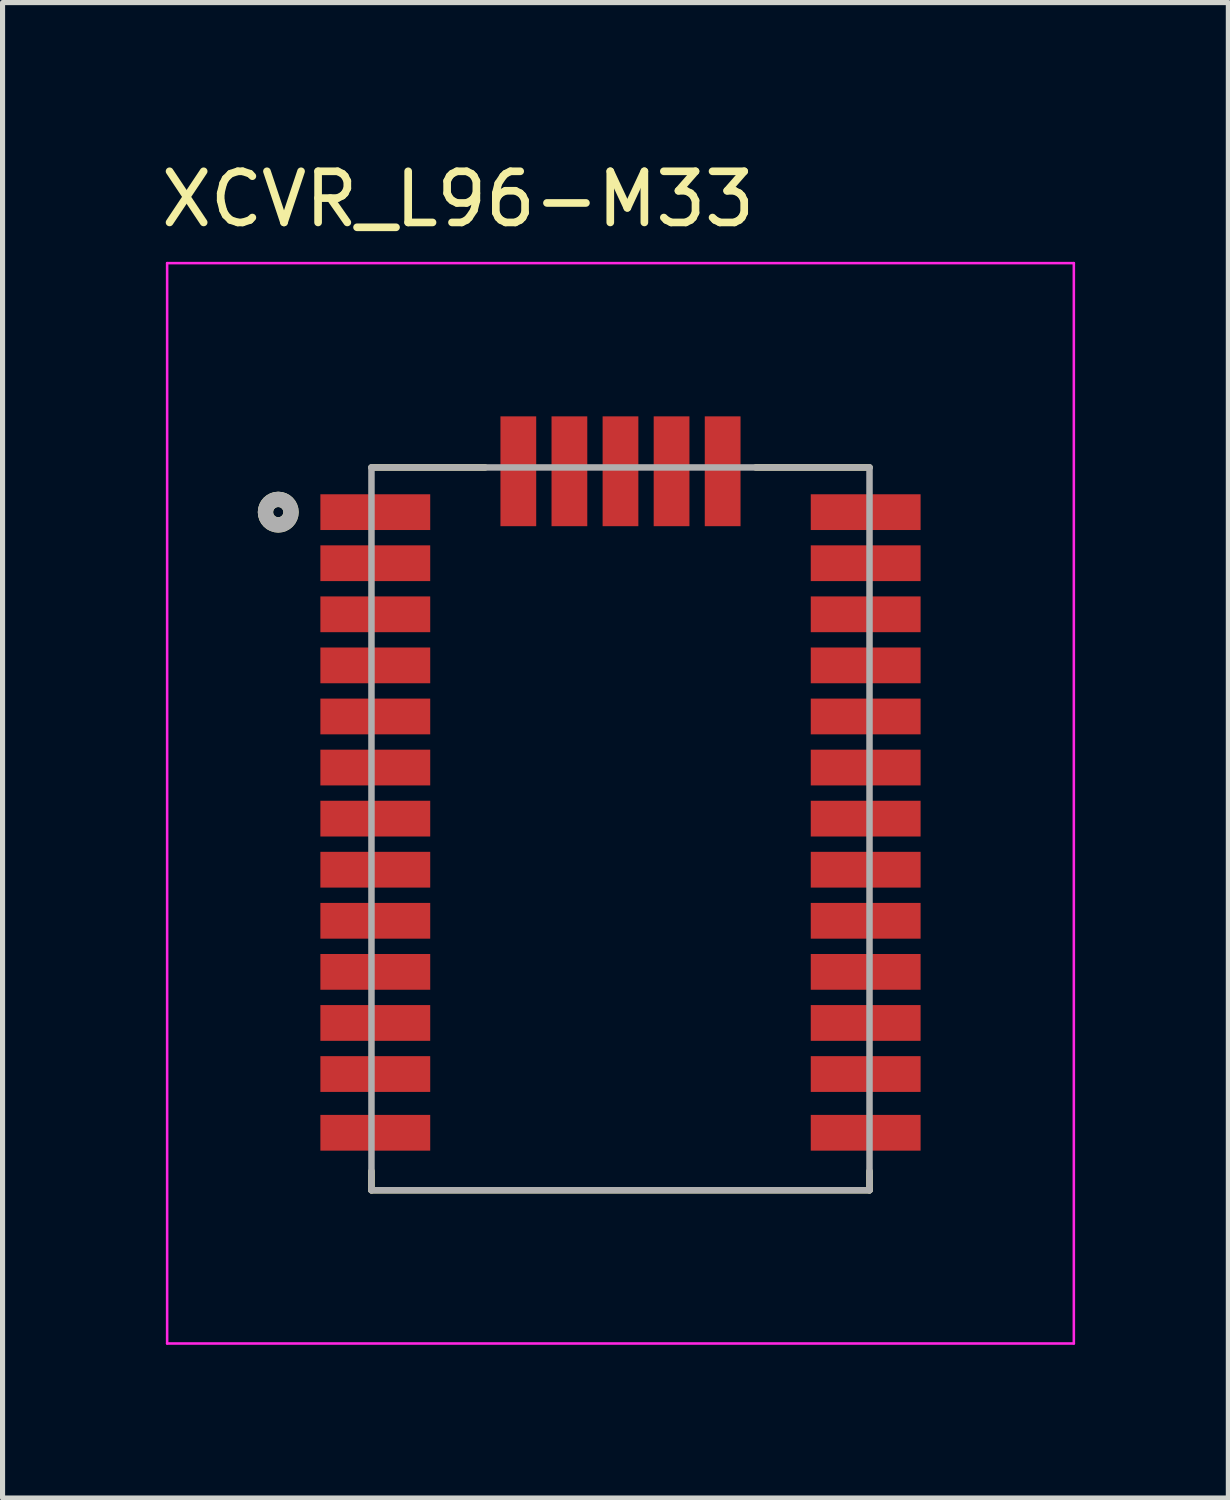
<source format=kicad_pcb>
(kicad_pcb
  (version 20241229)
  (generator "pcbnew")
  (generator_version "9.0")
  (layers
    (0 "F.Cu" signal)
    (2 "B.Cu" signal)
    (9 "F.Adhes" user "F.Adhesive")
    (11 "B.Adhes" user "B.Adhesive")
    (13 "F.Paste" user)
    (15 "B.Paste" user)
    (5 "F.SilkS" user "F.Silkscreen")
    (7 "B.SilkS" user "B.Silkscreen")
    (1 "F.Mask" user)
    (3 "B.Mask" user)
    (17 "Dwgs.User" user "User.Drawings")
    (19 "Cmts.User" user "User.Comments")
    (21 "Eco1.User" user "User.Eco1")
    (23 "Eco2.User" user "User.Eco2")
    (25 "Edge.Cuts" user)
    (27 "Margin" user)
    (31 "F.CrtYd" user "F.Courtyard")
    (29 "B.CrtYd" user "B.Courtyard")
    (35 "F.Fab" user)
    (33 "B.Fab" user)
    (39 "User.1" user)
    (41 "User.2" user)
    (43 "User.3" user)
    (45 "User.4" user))
  (footprint "XCVR_L96-M33"
    (layer "F.Cu")
    (at 9.097 13.176)
    (property "Reference" "XCVR_L96-M33" (at -3.179 -12.327 0) (layer "F.SilkS") (effects (font (size 1.001 1.001) (thickness 0.15))))
    (attr through_hole)
    (fp_line (start -4.875 -7.075) (end -2.65 -7.075) (stroke (width 0.127) (type solid)) (layer "F.SilkS"))
    (fp_line (start -4.875 6.7) (end -4.875 7.075) (stroke (width 0.127) (type solid)) (layer "F.SilkS"))
    (fp_line (start -4.875 7.075) (end 4.875 7.075) (stroke (width 0.127) (type solid)) (layer "F.SilkS"))
    (fp_line (start 2.65 -7.075) (end 4.875 -7.075) (stroke (width 0.127) (type solid)) (layer "F.SilkS"))
    (fp_line (start 4.875 7.075) (end 4.875 6.7) (stroke (width 0.127) (type solid)) (layer "F.SilkS"))
    (fp_circle (center -6.7 -6.2) (end -6.6 -6.2) (stroke (width 0.3) (type solid)) (fill no) (layer "F.SilkS"))
    (fp_poly (pts (xy -6.275 -6.55) (xy -3.825 -6.55) (xy -3.825 -5.85) (xy -6.275 -5.85)) (stroke (width 0.01) (type solid)) (fill yes) (layer "F.Paste"))
    (fp_poly (pts (xy -6.275 -5.55) (xy -3.825 -5.55) (xy -3.825 -4.85) (xy -6.275 -4.85)) (stroke (width 0.01) (type solid)) (fill yes) (layer "F.Paste"))
    (fp_poly (pts (xy -6.275 -4.55) (xy -3.825 -4.55) (xy -3.825 -3.85) (xy -6.275 -3.85)) (stroke (width 0.01) (type solid)) (fill yes) (layer "F.Paste"))
    (fp_poly (pts (xy -6.275 -3.55) (xy -3.825 -3.55) (xy -3.825 -2.85) (xy -6.275 -2.85)) (stroke (width 0.01) (type solid)) (fill yes) (layer "F.Paste"))
    (fp_poly (pts (xy -6.275 -2.55) (xy -3.825 -2.55) (xy -3.825 -1.85) (xy -6.275 -1.85)) (stroke (width 0.01) (type solid)) (fill yes) (layer "F.Paste"))
    (fp_poly (pts (xy -6.275 -1.55) (xy -3.825 -1.55) (xy -3.825 -0.85) (xy -6.275 -0.85)) (stroke (width 0.01) (type solid)) (fill yes) (layer "F.Paste"))
    (fp_poly (pts (xy -6.275 -0.55) (xy -3.825 -0.55) (xy -3.825 0.15) (xy -6.275 0.15)) (stroke (width 0.01) (type solid)) (fill yes) (layer "F.Paste"))
    (fp_poly (pts (xy -6.275 0.45) (xy -3.825 0.45) (xy -3.825 1.15) (xy -6.275 1.15)) (stroke (width 0.01) (type solid)) (fill yes) (layer "F.Paste"))
    (fp_poly (pts (xy -6.275 1.45) (xy -3.825 1.45) (xy -3.825 2.15) (xy -6.275 2.15)) (stroke (width 0.01) (type solid)) (fill yes) (layer "F.Paste"))
    (fp_poly (pts (xy -6.275 2.45) (xy -3.825 2.45) (xy -3.825 3.15) (xy -6.275 3.15)) (stroke (width 0.01) (type solid)) (fill yes) (layer "F.Paste"))
    (fp_poly (pts (xy -6.275 3.45) (xy -3.825 3.45) (xy -3.825 4.15) (xy -6.275 4.15)) (stroke (width 0.01) (type solid)) (fill yes) (layer "F.Paste"))
    (fp_poly (pts (xy -6.275 4.45) (xy -3.825 4.45) (xy -3.825 5.15) (xy -6.275 5.15)) (stroke (width 0.01) (type solid)) (fill yes) (layer "F.Paste"))
    (fp_poly (pts (xy -6.275 5.6) (xy -3.825 5.6) (xy -3.825 6.3) (xy -6.275 6.3)) (stroke (width 0.01) (type solid)) (fill yes) (layer "F.Paste"))
    (fp_poly (pts (xy -2.35 -8.475) (xy -1.65 -8.475) (xy -1.65 -6.025) (xy -2.35 -6.025)) (stroke (width 0.01) (type solid)) (fill yes) (layer "F.Paste"))
    (fp_poly (pts (xy -1.35 -8.475) (xy -0.65 -8.475) (xy -0.65 -6.025) (xy -1.35 -6.025)) (stroke (width 0.01) (type solid)) (fill yes) (layer "F.Paste"))
    (fp_poly (pts (xy -0.35 -8.475) (xy 0.35 -8.475) (xy 0.35 -6.025) (xy -0.35 -6.025)) (stroke (width 0.01) (type solid)) (fill yes) (layer "F.Paste"))
    (fp_poly (pts (xy 0.65 -8.475) (xy 1.35 -8.475) (xy 1.35 -6.025) (xy 0.65 -6.025)) (stroke (width 0.01) (type solid)) (fill yes) (layer "F.Paste"))
    (fp_poly (pts (xy 1.65 -8.475) (xy 2.35 -8.475) (xy 2.35 -6.025) (xy 1.65 -6.025)) (stroke (width 0.01) (type solid)) (fill yes) (layer "F.Paste"))
    (fp_poly (pts (xy 3.825 -6.55) (xy 6.275 -6.55) (xy 6.275 -5.85) (xy 3.825 -5.85)) (stroke (width 0.01) (type solid)) (fill yes) (layer "F.Paste"))
    (fp_poly (pts (xy 3.825 -5.55) (xy 6.275 -5.55) (xy 6.275 -4.85) (xy 3.825 -4.85)) (stroke (width 0.01) (type solid)) (fill yes) (layer "F.Paste"))
    (fp_poly (pts (xy 3.825 -4.55) (xy 6.275 -4.55) (xy 6.275 -3.85) (xy 3.825 -3.85)) (stroke (width 0.01) (type solid)) (fill yes) (layer "F.Paste"))
    (fp_poly (pts (xy 3.825 -3.55) (xy 6.275 -3.55) (xy 6.275 -2.85) (xy 3.825 -2.85)) (stroke (width 0.01) (type solid)) (fill yes) (layer "F.Paste"))
    (fp_poly (pts (xy 3.825 -2.55) (xy 6.275 -2.55) (xy 6.275 -1.85) (xy 3.825 -1.85)) (stroke (width 0.01) (type solid)) (fill yes) (layer "F.Paste"))
    (fp_poly (pts (xy 3.825 -1.55) (xy 6.275 -1.55) (xy 6.275 -0.85) (xy 3.825 -0.85)) (stroke (width 0.01) (type solid)) (fill yes) (layer "F.Paste"))
    (fp_poly (pts (xy 3.825 -0.55) (xy 6.275 -0.55) (xy 6.275 0.15) (xy 3.825 0.15)) (stroke (width 0.01) (type solid)) (fill yes) (layer "F.Paste"))
    (fp_poly (pts (xy 3.825 0.45) (xy 6.275 0.45) (xy 6.275 1.15) (xy 3.825 1.15)) (stroke (width 0.01) (type solid)) (fill yes) (layer "F.Paste"))
    (fp_poly (pts (xy 3.825 1.45) (xy 6.275 1.45) (xy 6.275 2.15) (xy 3.825 2.15)) (stroke (width 0.01) (type solid)) (fill yes) (layer "F.Paste"))
    (fp_poly (pts (xy 3.825 2.45) (xy 6.275 2.45) (xy 6.275 3.15) (xy 3.825 3.15)) (stroke (width 0.01) (type solid)) (fill yes) (layer "F.Paste"))
    (fp_poly (pts (xy 3.825 3.45) (xy 6.275 3.45) (xy 6.275 4.15) (xy 3.825 4.15)) (stroke (width 0.01) (type solid)) (fill yes) (layer "F.Paste"))
    (fp_poly (pts (xy 3.825 4.45) (xy 6.275 4.45) (xy 6.275 5.15) (xy 3.825 5.15)) (stroke (width 0.01) (type solid)) (fill yes) (layer "F.Paste"))
    (fp_poly (pts (xy 3.825 5.6) (xy 6.275 5.6) (xy 6.275 6.3) (xy 3.825 6.3)) (stroke (width 0.01) (type solid)) (fill yes) (layer "F.Paste"))
    (fp_line (start -8.875 -11.075) (end -8.875 10.075) (stroke (width 0.05) (type solid)) (layer "F.CrtYd"))
    (fp_line (start -8.875 10.075) (end 8.875 10.075) (stroke (width 0.05) (type solid)) (layer "F.CrtYd"))
    (fp_line (start 8.875 -11.075) (end -8.875 -11.075) (stroke (width 0.05) (type solid)) (layer "F.CrtYd"))
    (fp_line (start 8.875 10.075) (end 8.875 -11.075) (stroke (width 0.05) (type solid)) (layer "F.CrtYd"))
    (fp_line (start -4.875 -7.075) (end 4.875 -7.075) (stroke (width 0.127) (type solid)) (layer "F.Fab"))
    (fp_line (start -4.875 7.075) (end -4.875 -7.075) (stroke (width 0.127) (type solid)) (layer "F.Fab"))
    (fp_line (start 4.875 -7.075) (end 4.875 7.075) (stroke (width 0.127) (type solid)) (layer "F.Fab"))
    (fp_line (start 4.875 7.075) (end -4.875 7.075) (stroke (width 0.127) (type solid)) (layer "F.Fab"))
    (fp_circle (center -6.7 -6.2) (end -6.6 -6.2) (stroke (width 0.3) (type solid)) (fill no) (layer "F.Fab"))
    (pad "1" smd rect (at -4.8 -6.2) (size 2.15 0.7) (layers "F.Cu" "F.Mask"))
    (pad "2" smd rect (at -4.8 -5.2) (size 2.15 0.7) (layers "F.Cu" "F.Mask"))
    (pad "3" smd rect (at -4.8 -4.2) (size 2.15 0.7) (layers "F.Cu" "F.Mask"))
    (pad "4" smd rect (at -4.8 -3.2) (size 2.15 0.7) (layers "F.Cu" "F.Mask"))
    (pad "5" smd rect (at -4.8 -2.2) (size 2.15 0.7) (layers "F.Cu" "F.Mask"))
    (pad "6" smd rect (at -4.8 -1.2) (size 2.15 0.7) (layers "F.Cu" "F.Mask"))
    (pad "7" smd rect (at -4.8 -0.2) (size 2.15 0.7) (layers "F.Cu" "F.Mask"))
    (pad "8" smd rect (at -4.8 0.8) (size 2.15 0.7) (layers "F.Cu" "F.Mask"))
    (pad "9" smd rect (at -4.8 1.8) (size 2.15 0.7) (layers "F.Cu" "F.Mask"))
    (pad "10" smd rect (at -4.8 2.8) (size 2.15 0.7) (layers "F.Cu" "F.Mask"))
    (pad "11" smd rect (at -4.8 3.8) (size 2.15 0.7) (layers "F.Cu" "F.Mask"))
    (pad "12" smd rect (at -4.8 4.8) (size 2.15 0.7) (layers "F.Cu" "F.Mask"))
    (pad "13" smd rect (at -4.8 5.95) (size 2.15 0.7) (layers "F.Cu" "F.Mask"))
    (pad "14" smd rect (at 4.8 5.95) (size 2.15 0.7) (layers "F.Cu" "F.Mask"))
    (pad "15" smd rect (at 4.8 4.8) (size 2.15 0.7) (layers "F.Cu" "F.Mask"))
    (pad "16" smd rect (at 4.8 3.8) (size 2.15 0.7) (layers "F.Cu" "F.Mask"))
    (pad "17" smd rect (at 4.8 2.8) (size 2.15 0.7) (layers "F.Cu" "F.Mask"))
    (pad "18" smd rect (at 4.8 1.8) (size 2.15 0.7) (layers "F.Cu" "F.Mask"))
    (pad "19" smd rect (at 4.8 0.8) (size 2.15 0.7) (layers "F.Cu" "F.Mask"))
    (pad "20" smd rect (at 4.8 -0.2) (size 2.15 0.7) (layers "F.Cu" "F.Mask"))
    (pad "21" smd rect (at 4.8 -1.2) (size 2.15 0.7) (layers "F.Cu" "F.Mask"))
    (pad "22" smd rect (at 4.8 -2.2) (size 2.15 0.7) (layers "F.Cu" "F.Mask"))
    (pad "23" smd rect (at 4.8 -3.2) (size 2.15 0.7) (layers "F.Cu" "F.Mask"))
    (pad "24" smd rect (at 4.8 -4.2) (size 2.15 0.7) (layers "F.Cu" "F.Mask"))
    (pad "25" smd rect (at 4.8 -5.2) (size 2.15 0.7) (layers "F.Cu" "F.Mask"))
    (pad "26" smd rect (at 4.8 -6.2) (size 2.15 0.7) (layers "F.Cu" "F.Mask"))
    (pad "27" smd rect (at 2 -7 90) (size 2.15 0.7) (layers "F.Cu" "F.Mask"))
    (pad "28" smd rect (at 1 -7 90) (size 2.15 0.7) (layers "F.Cu" "F.Mask"))
    (pad "29" smd rect (at 0 -7 90) (size 2.15 0.7) (layers "F.Cu" "F.Mask"))
    (pad "30" smd rect (at -1 -7 90) (size 2.15 0.7) (layers "F.Cu" "F.Mask"))
    (pad "31" smd rect (at -2 -7 90) (size 2.15 0.7) (layers "F.Cu" "F.Mask")))
  (gr_rect
    (start -3 -3)
    (end 20.997 26.276)
    (stroke (width 0.1) (type default))
    (fill no)
    (layer "Edge.Cuts")))
</source>
